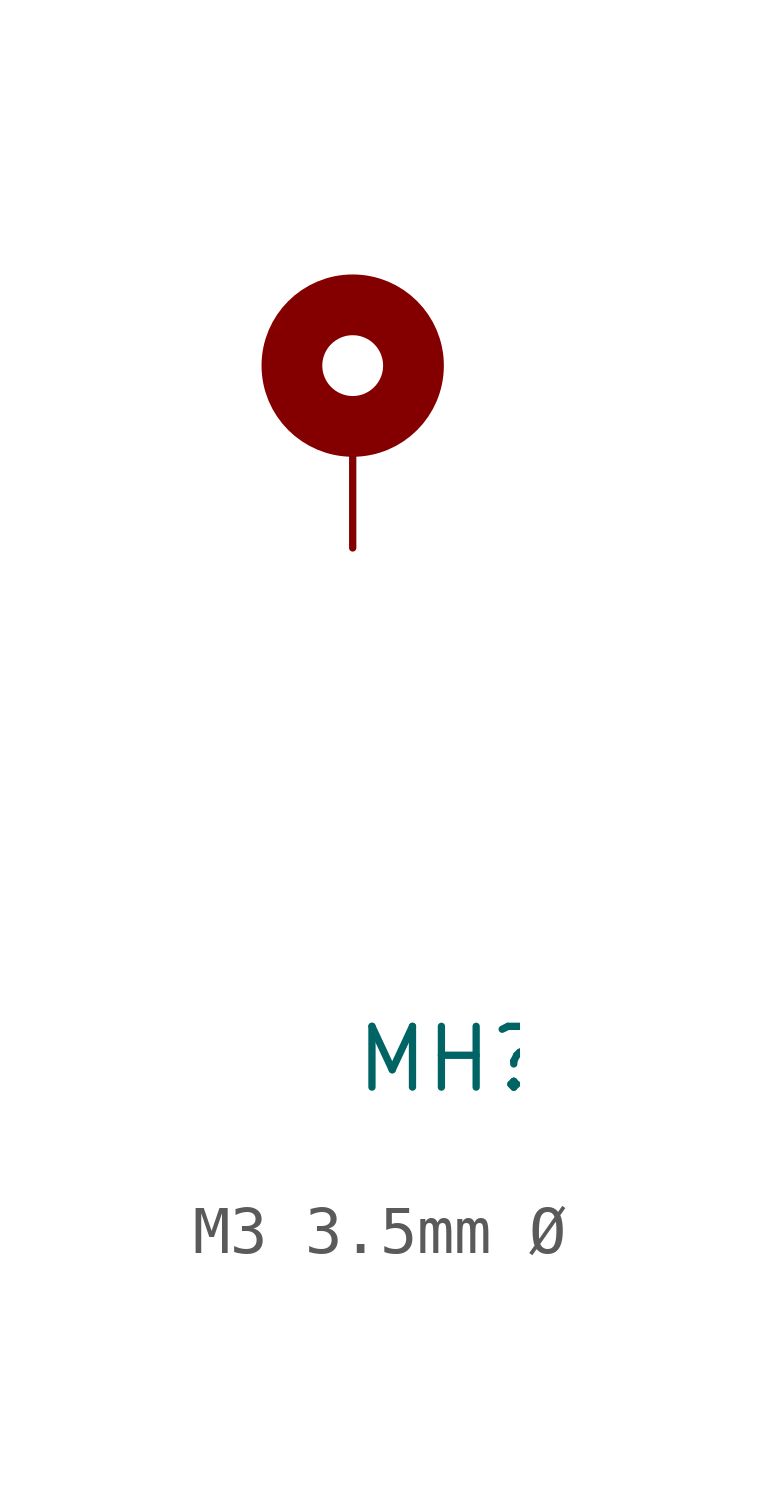
<source format=kicad_sym>
(kicad_symbol_lib
  (version 20241209)
  (generator "kicad_symbol_editor")
  (generator_version "9.0")
  (symbol "M3 3.5mm Ø"
    (pin_numbers
      (hide yes))
    (pin_names
      (hide yes))
    (property "Reference" "MH"
      (at 0 -11.43 0)
      (effects (font (size 1.27 1.27)) (justify left bottom)))
    (property "Value" ""
      (at 0 0 0)
      (effects (font (size 1.27 1.27)) (justify left bottom)))
    (symbol "M3 3.5mm Ø_0_1"
      (circle (center 0 3.81) (radius 1.27) (stroke (width 1.27) (type default)) (fill (type none))))
    (symbol "M3 3.5mm Ø_1_1"
      (pin passive line (at 0 0 90) (length 2.54) (name "1" (effects (font (size 1.27 1.27)))) (number "1" (effects (font (size 1.016 1.016))))))))
</source>
